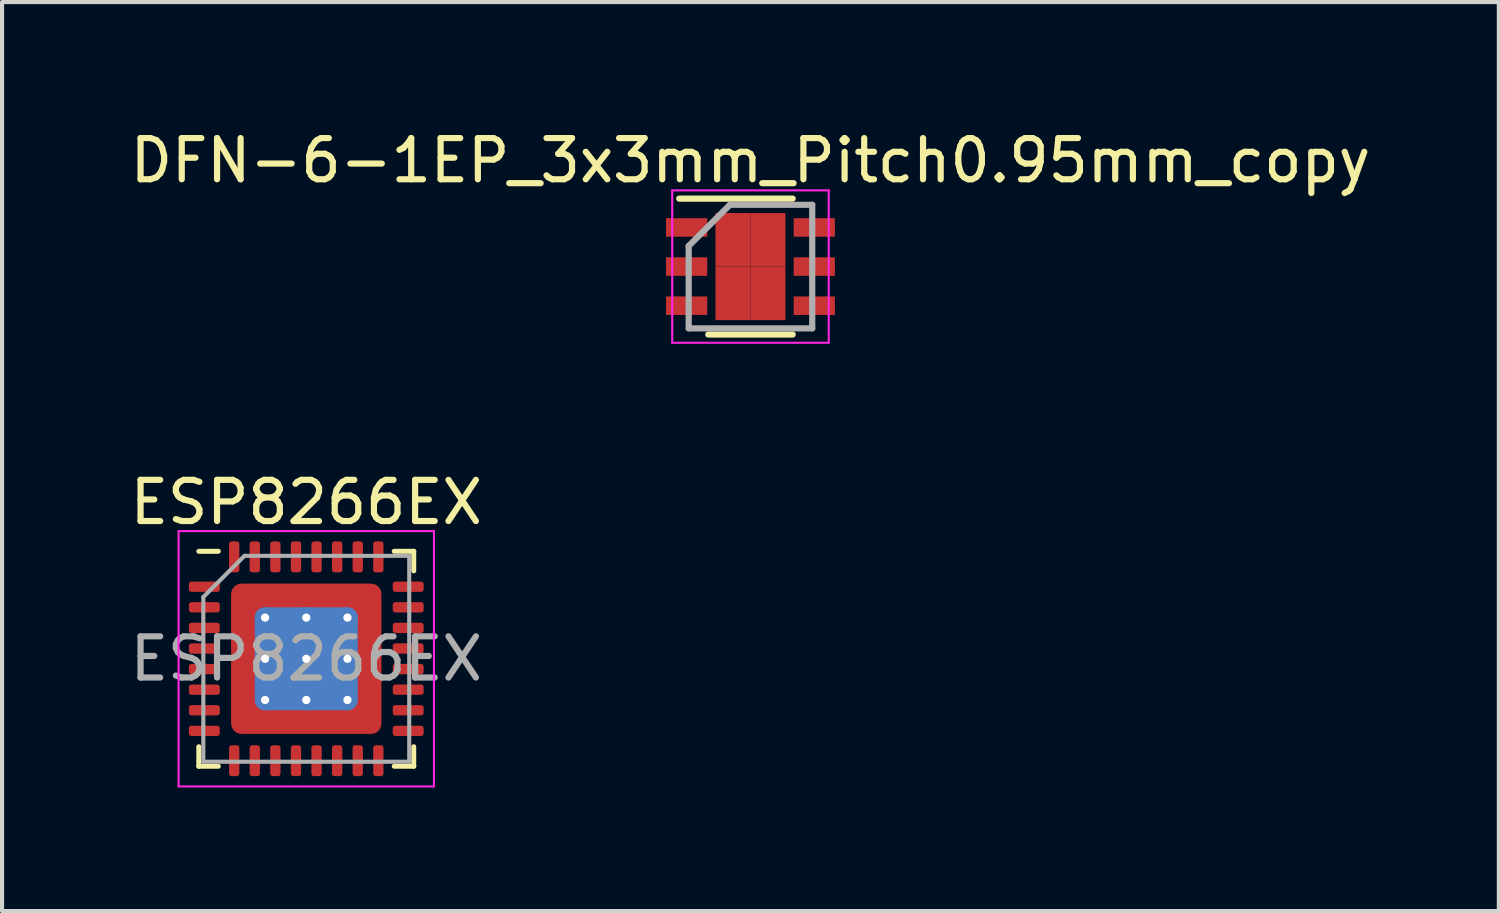
<source format=kicad_pcb>
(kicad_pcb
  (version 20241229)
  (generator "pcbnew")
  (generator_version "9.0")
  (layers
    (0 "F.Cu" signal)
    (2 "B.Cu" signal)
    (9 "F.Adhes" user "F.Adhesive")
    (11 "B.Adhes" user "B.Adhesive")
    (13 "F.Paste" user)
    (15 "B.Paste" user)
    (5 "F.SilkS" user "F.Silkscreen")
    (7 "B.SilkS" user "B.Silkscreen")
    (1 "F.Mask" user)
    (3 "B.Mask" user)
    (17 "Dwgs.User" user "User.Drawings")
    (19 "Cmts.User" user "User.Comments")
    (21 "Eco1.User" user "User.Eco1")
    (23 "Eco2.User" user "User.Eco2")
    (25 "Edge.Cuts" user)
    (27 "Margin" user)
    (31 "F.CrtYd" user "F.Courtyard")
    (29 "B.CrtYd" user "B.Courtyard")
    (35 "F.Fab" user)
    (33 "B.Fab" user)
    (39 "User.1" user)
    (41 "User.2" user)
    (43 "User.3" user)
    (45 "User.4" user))
  (footprint "ESP8266EX"
    (layer "F.Cu")
    (at 4.387 12.947)
    (property "Reference" "ESP8266EX" (at 0 -3.8 0) (layer "F.SilkS") (effects (font (size 1 1) (thickness 0.15))))
    (attr smd)
    (fp_line (start -2.61 2.61) (end -2.61 2.135) (stroke (width 0.12) (type solid)) (layer "F.SilkS"))
    (fp_line (start -2.135 -2.61) (end -2.61 -2.61) (stroke (width 0.12) (type solid)) (layer "F.SilkS"))
    (fp_line (start -2.135 2.61) (end -2.61 2.61) (stroke (width 0.12) (type solid)) (layer "F.SilkS"))
    (fp_line (start 2.135 -2.61) (end 2.61 -2.61) (stroke (width 0.12) (type solid)) (layer "F.SilkS"))
    (fp_line (start 2.135 2.61) (end 2.61 2.61) (stroke (width 0.12) (type solid)) (layer "F.SilkS"))
    (fp_line (start 2.61 -2.61) (end 2.61 -2.135) (stroke (width 0.12) (type solid)) (layer "F.SilkS"))
    (fp_line (start 2.61 2.61) (end 2.61 2.135) (stroke (width 0.12) (type solid)) (layer "F.SilkS"))
    (fp_line (start -3.1 -3.1) (end -3.1 3.1) (stroke (width 0.05) (type solid)) (layer "F.CrtYd"))
    (fp_line (start -3.1 3.1) (end 3.1 3.1) (stroke (width 0.05) (type solid)) (layer "F.CrtYd"))
    (fp_line (start 3.1 -3.1) (end -3.1 -3.1) (stroke (width 0.05) (type solid)) (layer "F.CrtYd"))
    (fp_line (start 3.1 3.1) (end 3.1 -3.1) (stroke (width 0.05) (type solid)) (layer "F.CrtYd"))
    (fp_line (start -2.5 -1.5) (end -1.5 -2.5) (stroke (width 0.1) (type solid)) (layer "F.Fab"))
    (fp_line (start -2.5 2.5) (end -2.5 -1.5) (stroke (width 0.1) (type solid)) (layer "F.Fab"))
    (fp_line (start -1.5 -2.5) (end 2.5 -2.5) (stroke (width 0.1) (type solid)) (layer "F.Fab"))
    (fp_line (start 2.5 -2.5) (end 2.5 2.5) (stroke (width 0.1) (type solid)) (layer "F.Fab"))
    (fp_line (start 2.5 2.5) (end -2.5 2.5) (stroke (width 0.1) (type solid)) (layer "F.Fab"))
    (fp_text user "${REFERENCE}" (at 0 0 0) (layer "F.Fab") (effects (font (size 1 1) (thickness 0.15))))
    (pad "" smd custom (at -1.413 -1.413) (size 0.578 0.578) (layers "F.Paste") (options (anchor circle)) (primitives (gr_poly (pts (xy -0.333 -0.333) (xy 0.333 -0.333) (xy 0.333 0.21) (xy 0.21 0.333) (xy -0.333 0.333)) (width 0) (fill yes))))
    (pad "" smd custom (at -1.413 -0.5) (size 0.59 0.59) (layers "F.Paste") (options (anchor circle)) (primitives (gr_poly (pts (xy -0.333 -0.403) (xy 0.227 -0.403) (xy 0.333 -0.297) (xy 0.333 0.297) (xy 0.227 0.403) (xy -0.333 0.403)) (width 0) (fill yes))))
    (pad "" smd custom (at -1.413 0.5) (size 0.59 0.59) (layers "F.Paste") (options (anchor circle)) (primitives (gr_poly (pts (xy -0.333 -0.403) (xy 0.227 -0.403) (xy 0.333 -0.297) (xy 0.333 0.297) (xy 0.227 0.403) (xy -0.333 0.403)) (width 0) (fill yes))))
    (pad "" smd custom (at -1.413 1.413) (size 0.578 0.578) (layers "F.Paste") (options (anchor circle)) (primitives (gr_poly (pts (xy -0.333 -0.333) (xy 0.21 -0.333) (xy 0.333 -0.21) (xy 0.333 0.333) (xy -0.333 0.333)) (width 0) (fill yes))))
    (pad "" smd custom (at -0.5 -1.413) (size 0.59 0.59) (layers "F.Paste") (options (anchor circle)) (primitives (gr_poly (pts (xy -0.403 -0.333) (xy 0.403 -0.333) (xy 0.403 0.227) (xy 0.297 0.333) (xy -0.297 0.333) (xy -0.403 0.227)) (width 0) (fill yes))))
    (pad "" smd roundrect (at -0.5 -0.5) (size 0.806 0.806) (layers "F.Paste") (roundrect_rratio 0.25))
    (pad "" smd roundrect (at -0.5 0.5) (size 0.806 0.806) (layers "F.Paste") (roundrect_rratio 0.25))
    (pad "" smd custom (at -0.5 1.413) (size 0.59 0.59) (layers "F.Paste") (options (anchor circle)) (primitives (gr_poly (pts (xy -0.403 -0.227) (xy -0.297 -0.333) (xy 0.297 -0.333) (xy 0.403 -0.227) (xy 0.403 0.333) (xy -0.403 0.333)) (width 0) (fill yes))))
    (pad "" smd custom (at 0.5 -1.413) (size 0.59 0.59) (layers "F.Paste") (options (anchor circle)) (primitives (gr_poly (pts (xy -0.403 -0.333) (xy 0.403 -0.333) (xy 0.403 0.227) (xy 0.297 0.333) (xy -0.297 0.333) (xy -0.403 0.227)) (width 0) (fill yes))))
    (pad "" smd roundrect (at 0.5 -0.5) (size 0.806 0.806) (layers "F.Paste") (roundrect_rratio 0.25))
    (pad "" smd roundrect (at 0.5 0.5) (size 0.806 0.806) (layers "F.Paste") (roundrect_rratio 0.25))
    (pad "" smd custom (at 0.5 1.413) (size 0.59 0.59) (layers "F.Paste") (options (anchor circle)) (primitives (gr_poly (pts (xy -0.403 -0.227) (xy -0.297 -0.333) (xy 0.297 -0.333) (xy 0.403 -0.227) (xy 0.403 0.333) (xy -0.403 0.333)) (width 0) (fill yes))))
    (pad "" smd custom (at 1.413 -1.413) (size 0.578 0.578) (layers "F.Paste") (options (anchor circle)) (primitives (gr_poly (pts (xy -0.333 -0.333) (xy 0.333 -0.333) (xy 0.333 0.333) (xy -0.21 0.333) (xy -0.333 0.21)) (width 0) (fill yes))))
    (pad "" smd custom (at 1.413 -0.5) (size 0.59 0.59) (layers "F.Paste") (options (anchor circle)) (primitives (gr_poly (pts (xy -0.333 -0.297) (xy -0.227 -0.403) (xy 0.333 -0.403) (xy 0.333 0.403) (xy -0.227 0.403) (xy -0.333 0.297)) (width 0) (fill yes))))
    (pad "" smd custom (at 1.413 0.5) (size 0.59 0.59) (layers "F.Paste") (options (anchor circle)) (primitives (gr_poly (pts (xy -0.333 -0.297) (xy -0.227 -0.403) (xy 0.333 -0.403) (xy 0.333 0.403) (xy -0.227 0.403) (xy -0.333 0.297)) (width 0) (fill yes))))
    (pad "" smd custom (at 1.413 1.413) (size 0.578 0.578) (layers "F.Paste") (options (anchor circle)) (primitives (gr_poly (pts (xy -0.333 -0.21) (xy -0.21 -0.333) (xy 0.333 -0.333) (xy 0.333 0.333) (xy -0.333 0.333)) (width 0) (fill yes))))
    (pad "1" smd roundrect (at -2.475 -1.75) (size 0.75 0.25) (layers "F.Cu" "F.Mask" "F.Paste") (roundrect_rratio 0.25))
    (pad "2" smd roundrect (at -2.475 -1.25) (size 0.75 0.25) (layers "F.Cu" "F.Mask" "F.Paste") (roundrect_rratio 0.25))
    (pad "3" smd roundrect (at -2.475 -0.75) (size 0.75 0.25) (layers "F.Cu" "F.Mask" "F.Paste") (roundrect_rratio 0.25))
    (pad "4" smd roundrect (at -2.475 -0.25) (size 0.75 0.25) (layers "F.Cu" "F.Mask" "F.Paste") (roundrect_rratio 0.25))
    (pad "5" smd roundrect (at -2.475 0.25) (size 0.75 0.25) (layers "F.Cu" "F.Mask" "F.Paste") (roundrect_rratio 0.25))
    (pad "6" smd roundrect (at -2.475 0.75) (size 0.75 0.25) (layers "F.Cu" "F.Mask" "F.Paste") (roundrect_rratio 0.25))
    (pad "7" smd roundrect (at -2.475 1.25) (size 0.75 0.25) (layers "F.Cu" "F.Mask" "F.Paste") (roundrect_rratio 0.25))
    (pad "8" smd roundrect (at -2.475 1.75) (size 0.75 0.25) (layers "F.Cu" "F.Mask" "F.Paste") (roundrect_rratio 0.25))
    (pad "9" smd roundrect (at -1.75 2.475) (size 0.25 0.75) (layers "F.Cu" "F.Mask" "F.Paste") (roundrect_rratio 0.25))
    (pad "10" smd roundrect (at -1.25 2.475) (size 0.25 0.75) (layers "F.Cu" "F.Mask" "F.Paste") (roundrect_rratio 0.25))
    (pad "11" smd roundrect (at -0.75 2.475) (size 0.25 0.75) (layers "F.Cu" "F.Mask" "F.Paste") (roundrect_rratio 0.25))
    (pad "12" smd roundrect (at -0.25 2.475) (size 0.25 0.75) (layers "F.Cu" "F.Mask" "F.Paste") (roundrect_rratio 0.25))
    (pad "13" smd roundrect (at 0.25 2.475) (size 0.25 0.75) (layers "F.Cu" "F.Mask" "F.Paste") (roundrect_rratio 0.25))
    (pad "14" smd roundrect (at 0.75 2.475) (size 0.25 0.75) (layers "F.Cu" "F.Mask" "F.Paste") (roundrect_rratio 0.25))
    (pad "15" smd roundrect (at 1.25 2.475) (size 0.25 0.75) (layers "F.Cu" "F.Mask" "F.Paste") (roundrect_rratio 0.25))
    (pad "16" smd roundrect (at 1.75 2.475) (size 0.25 0.75) (layers "F.Cu" "F.Mask" "F.Paste") (roundrect_rratio 0.25))
    (pad "17" smd roundrect (at 2.475 1.75) (size 0.75 0.25) (layers "F.Cu" "F.Mask" "F.Paste") (roundrect_rratio 0.25))
    (pad "18" smd roundrect (at 2.475 1.25) (size 0.75 0.25) (layers "F.Cu" "F.Mask" "F.Paste") (roundrect_rratio 0.25))
    (pad "19" smd roundrect (at 2.475 0.75) (size 0.75 0.25) (layers "F.Cu" "F.Mask" "F.Paste") (roundrect_rratio 0.25))
    (pad "20" smd roundrect (at 2.475 0.25) (size 0.75 0.25) (layers "F.Cu" "F.Mask" "F.Paste") (roundrect_rratio 0.25))
    (pad "21" smd roundrect (at 2.475 -0.25) (size 0.75 0.25) (layers "F.Cu" "F.Mask" "F.Paste") (roundrect_rratio 0.25))
    (pad "22" smd roundrect (at 2.475 -0.75) (size 0.75 0.25) (layers "F.Cu" "F.Mask" "F.Paste") (roundrect_rratio 0.25))
    (pad "23" smd roundrect (at 2.475 -1.25) (size 0.75 0.25) (layers "F.Cu" "F.Mask" "F.Paste") (roundrect_rratio 0.25))
    (pad "24" smd roundrect (at 2.475 -1.75) (size 0.75 0.25) (layers "F.Cu" "F.Mask" "F.Paste") (roundrect_rratio 0.25))
    (pad "25" smd roundrect (at 1.75 -2.475) (size 0.25 0.75) (layers "F.Cu" "F.Mask" "F.Paste") (roundrect_rratio 0.25))
    (pad "26" smd roundrect (at 1.25 -2.475) (size 0.25 0.75) (layers "F.Cu" "F.Mask" "F.Paste") (roundrect_rratio 0.25))
    (pad "27" smd roundrect (at 0.75 -2.475) (size 0.25 0.75) (layers "F.Cu" "F.Mask" "F.Paste") (roundrect_rratio 0.25))
    (pad "28" smd roundrect (at 0.25 -2.475) (size 0.25 0.75) (layers "F.Cu" "F.Mask" "F.Paste") (roundrect_rratio 0.25))
    (pad "29" smd roundrect (at -0.25 -2.475) (size 0.25 0.75) (layers "F.Cu" "F.Mask" "F.Paste") (roundrect_rratio 0.25))
    (pad "30" smd roundrect (at -0.75 -2.475) (size 0.25 0.75) (layers "F.Cu" "F.Mask" "F.Paste") (roundrect_rratio 0.25))
    (pad "31" smd roundrect (at -1.25 -2.475) (size 0.25 0.75) (layers "F.Cu" "F.Mask" "F.Paste") (roundrect_rratio 0.25))
    (pad "32" smd roundrect (at -1.75 -2.475) (size 0.25 0.75) (layers "F.Cu" "F.Mask" "F.Paste") (roundrect_rratio 0.25))
    (pad "33" thru_hole circle (at -1 -1) (size 0.5 0.5) (drill 0.2) (layers "*.Cu"))
    (pad "33" thru_hole circle (at -1 0) (size 0.5 0.5) (drill 0.2) (layers "*.Cu"))
    (pad "33" thru_hole circle (at -1 1) (size 0.5 0.5) (drill 0.2) (layers "*.Cu"))
    (pad "33" thru_hole circle (at 0 -1) (size 0.5 0.5) (drill 0.2) (layers "*.Cu"))
    (pad "33" thru_hole circle (at 0 0) (size 0.5 0.5) (drill 0.2) (layers "*.Cu"))
    (pad "33" smd roundrect (at 0 0) (size 2.5 2.5) (layers "B.Cu") (roundrect_rratio 0.1))
    (pad "33" smd roundrect (at 0 0) (size 3.65 3.65) (layers "F.Cu" "F.Mask") (roundrect_rratio 0.068))
    (pad "33" thru_hole circle (at 0 1) (size 0.5 0.5) (drill 0.2) (layers "*.Cu"))
    (pad "33" thru_hole circle (at 1 -1) (size 0.5 0.5) (drill 0.2) (layers "*.Cu"))
    (pad "33" thru_hole circle (at 1 0) (size 0.5 0.5) (drill 0.2) (layers "*.Cu"))
    (pad "33" thru_hole circle (at 1 1) (size 0.5 0.5) (drill 0.2) (layers "*.Cu")))
  (footprint "DFN-6-1EP_3x3mm_Pitch0.95mm_copy"
    (layer "F.Cu")
    (at 15.173 3.423)
    (property "Reference" "DFN-6-1EP_3x3mm_Pitch0.95mm_copy" (at 0 -2.575 0) (layer "F.SilkS") (effects (font (size 1 1) (thickness 0.15))))
    (attr smd)
    (fp_line (start -1.73 -1.65) (end 1.025 -1.65) (stroke (width 0.15) (type solid)) (layer "F.SilkS"))
    (fp_line (start -1.025 1.65) (end 1.025 1.65) (stroke (width 0.15) (type solid)) (layer "F.SilkS"))
    (fp_line (start -1.9 -1.85) (end -1.9 1.85) (stroke (width 0.05) (type solid)) (layer "F.CrtYd"))
    (fp_line (start -1.9 -1.85) (end 1.9 -1.85) (stroke (width 0.05) (type solid)) (layer "F.CrtYd"))
    (fp_line (start -1.9 1.85) (end 1.9 1.85) (stroke (width 0.05) (type solid)) (layer "F.CrtYd"))
    (fp_line (start 1.9 -1.85) (end 1.9 1.85) (stroke (width 0.05) (type solid)) (layer "F.CrtYd"))
    (fp_line (start -1.5 -0.5) (end -0.5 -1.5) (stroke (width 0.15) (type solid)) (layer "F.Fab"))
    (fp_line (start -1.5 1.5) (end -1.5 -0.5) (stroke (width 0.15) (type solid)) (layer "F.Fab"))
    (fp_line (start -0.5 -1.5) (end 1.5 -1.5) (stroke (width 0.15) (type solid)) (layer "F.Fab"))
    (fp_line (start 1.5 -1.5) (end 1.5 1.5) (stroke (width 0.15) (type solid)) (layer "F.Fab"))
    (fp_line (start 1.5 1.5) (end -1.5 1.5) (stroke (width 0.15) (type solid)) (layer "F.Fab"))
    (pad "1" smd rect (at -1.55 -0.95) (size 1 0.45) (layers "F.Cu" "F.Mask" "F.Paste"))
    (pad "2" smd rect (at -1.55 0) (size 1 0.45) (layers "F.Cu" "F.Mask" "F.Paste"))
    (pad "3" smd rect (at -1.55 0.95) (size 1 0.45) (layers "F.Cu" "F.Mask" "F.Paste"))
    (pad "4" smd rect (at 1.55 0.95) (size 1 0.45) (layers "F.Cu" "F.Mask" "F.Paste"))
    (pad "5" smd rect (at 1.55 0) (size 1 0.45) (layers "F.Cu" "F.Mask" "F.Paste"))
    (pad "6" smd rect (at 1.55 -0.95) (size 1 0.45) (layers "F.Cu" "F.Mask" "F.Paste"))
    (pad "7" smd rect (at -0.425 -0.65) (size 0.85 1.3) (layers "F.Cu" "F.Mask" "F.Paste"))
    (pad "7" smd rect (at -0.425 0.65) (size 0.85 1.3) (layers "F.Cu" "F.Mask" "F.Paste"))
    (pad "7" smd rect (at 0.425 -0.65) (size 0.85 1.3) (layers "F.Cu" "F.Mask" "F.Paste"))
    (pad "7" smd rect (at 0.425 0.65) (size 0.85 1.3) (layers "F.Cu" "F.Mask" "F.Paste")))
  (gr_rect
    (start -3 -3)
    (end 33.345 19.072)
    (stroke (width 0.1) (type default))
    (fill no)
    (layer "Edge.Cuts")))
</source>
